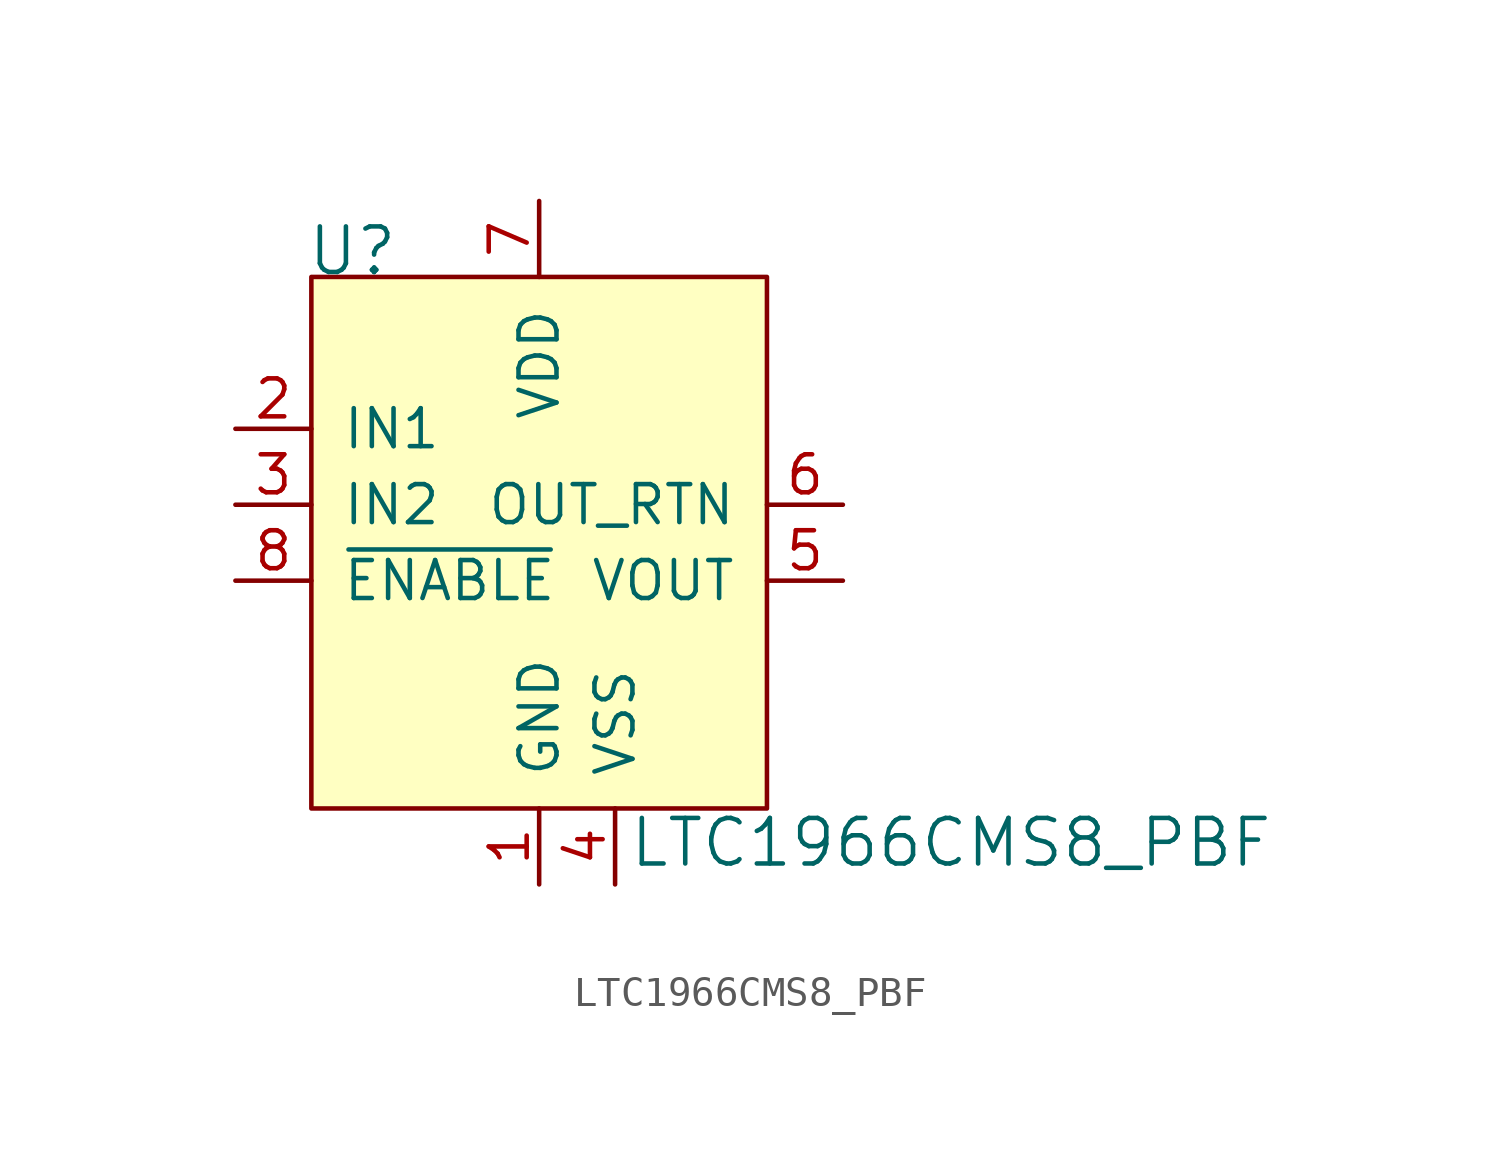
<source format=kicad_sym>
(kicad_symbol_lib
  (version 20211014)
  (generator kicad_symbol_editor)
  (symbol "LTC1966CMS8_PBF"
    (pin_names
      (offset 1.016))
    (property "Reference" "U"
      (at -10.338 3.404 0)
      (effects (font (size 1.524 1.524)) (justify left)))
    (property "Value" "LTC1966CMS8_PBF"
      (at 0.432 -16.383 0)
      (effects (font (size 1.524 1.524)) (justify left)))
    (symbol "LTC1966CMS8_PBF_0_1"
      (rectangle (start -10.16 2.54) (end 5.08 -15.24) (stroke (width 0) (type default) (color 0 0 0 0)) (fill (type background))))
    (symbol "LTC1966CMS8_PBF_1_1"
      (pin power_in line (at -2.54 -17.78 90) (length 2.54) (name "GND" (effects (font (size 1.27 1.27)))) (number "1" (effects (font (size 1.27 1.27)))))
      (pin input line (at -12.7 -2.54 0) (length 2.54) (name "IN1" (effects (font (size 1.27 1.27)))) (number "2" (effects (font (size 1.27 1.27)))))
      (pin input line (at -12.7 -5.08 0) (length 2.54) (name "IN2" (effects (font (size 1.27 1.27)))) (number "3" (effects (font (size 1.27 1.27)))))
      (pin input line (at 0 -17.78 90) (length 2.54) (name "VSS" (effects (font (size 1.27 1.27)))) (number "4" (effects (font (size 1.27 1.27)))))
      (pin power_out line (at 7.62 -7.62 180) (length 2.54) (name "VOUT" (effects (font (size 1.27 1.27)))) (number "5" (effects (font (size 1.27 1.27)))))
      (pin output line (at 7.62 -5.08 180) (length 2.54) (name "OUT_RTN" (effects (font (size 1.27 1.27)))) (number "6" (effects (font (size 1.27 1.27)))))
      (pin input line (at -2.54 5.08 270) (length 2.54) (name "VDD" (effects (font (size 1.27 1.27)))) (number "7" (effects (font (size 1.27 1.27)))))
      (pin input line (at -12.7 -7.62 0) (length 2.54) (name "~{ENABLE}" (effects (font (size 1.27 1.27)))) (number "8" (effects (font (size 1.27 1.27))))))))
</source>
